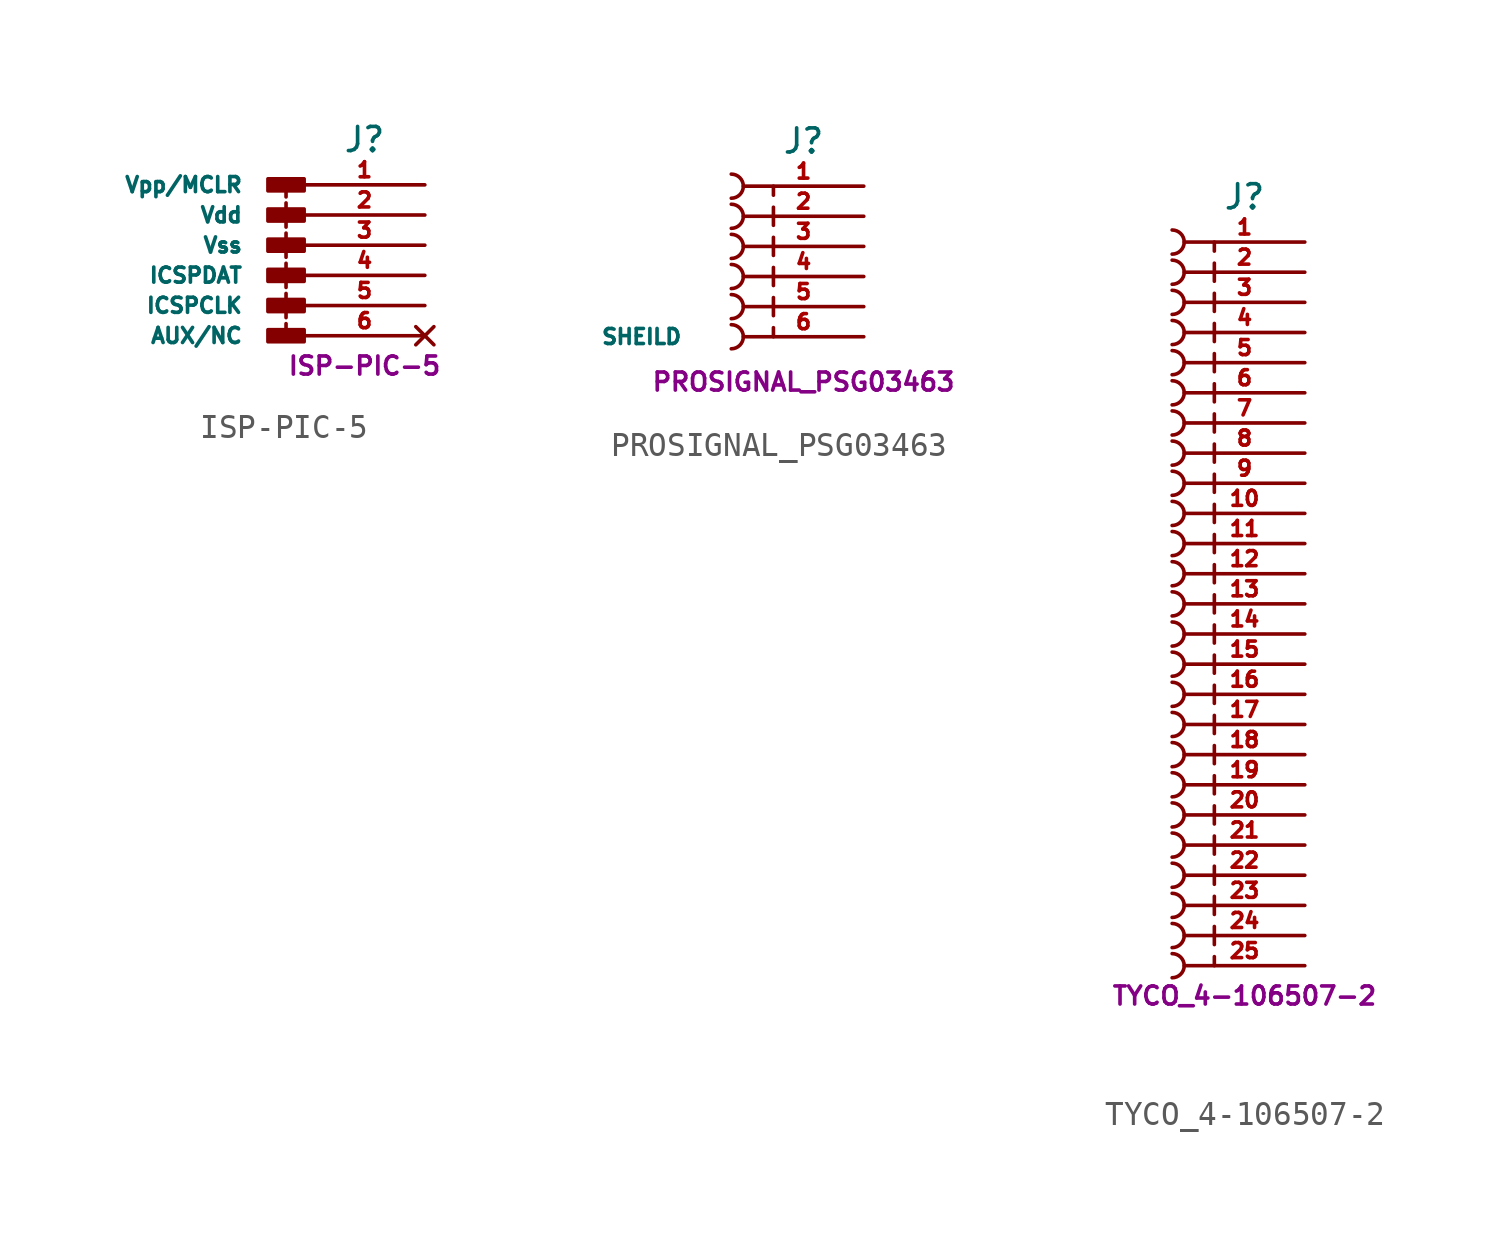
<source format=kicad_sym>
(kicad_symbol_lib
  (version 20211014)
  (generator kicad_symbol_editor)
  (symbol "ISP-PIC-5"
    (pin_names
      (offset 2.54))
    (property "Reference" "J"
      (at 0 4.445 0)
      (effects (font (size 1.016 1.016))))
    (property "Footprint" ""
      (at 0 -3.81 0)
      (effects (font (size 1.524 1.524))))
    (property "Datasheet" ""
      (at 0 -3.81 0)
      (effects (font (size 1.524 1.524))))
    (property "Unit" "ISP-PIC-5"
      (at 0 -5.08 0)
      (effects (font (size 0.762 0.762))))
    (symbol "ISP-PIC-5_0_1"
      (rectangle (start -2.54 -3.556) (end -4.064 -4.064) (stroke (width 0) (type default) (color 0 0 0 0)) (fill (type outline)))
      (rectangle (start -2.54 -2.286) (end -4.064 -2.794) (stroke (width 0) (type default) (color 0 0 0 0)) (fill (type outline)))
      (rectangle (start -2.54 -1.016) (end -4.064 -1.524) (stroke (width 0) (type default) (color 0 0 0 0)) (fill (type outline)))
      (rectangle (start -2.54 0.254) (end -4.064 -0.254) (stroke (width 0) (type default) (color 0 0 0 0)) (fill (type outline)))
      (rectangle (start -2.54 1.524) (end -4.064 1.016) (stroke (width 0) (type default) (color 0 0 0 0)) (fill (type outline)))
      (rectangle (start -2.54 2.794) (end -4.064 2.286) (stroke (width 0) (type default) (color 0 0 0 0)) (fill (type outline)))
      (polyline (pts (xy -3.302 -3.302) (xy -3.302 -3.81)) (stroke (width 0) (type default) (color 0 0 0 0)) (fill (type none)))
      (polyline (pts (xy -3.302 -2.032) (xy -3.302 -3.048)) (stroke (width 0) (type default) (color 0 0 0 0)) (fill (type none)))
      (polyline (pts (xy -3.302 -0.762) (xy -3.302 -1.778)) (stroke (width 0) (type default) (color 0 0 0 0)) (fill (type none)))
      (polyline (pts (xy -3.302 0.508) (xy -3.302 -0.508)) (stroke (width 0) (type default) (color 0 0 0 0)) (fill (type none)))
      (polyline (pts (xy -3.302 1.778) (xy -3.302 0.762)) (stroke (width 0) (type default) (color 0 0 0 0)) (fill (type none)))
      (polyline (pts (xy -3.302 2.54) (xy -3.302 2.032)) (stroke (width 0) (type default) (color 0 0 0 0)) (fill (type none))))
    (symbol "ISP-PIC-5_1_1"
      (pin passive line (at 2.54 2.54 180) (length 5.08) (name "Vpp/MCLR" (effects (font (size 0.635 0.635)))) (number "1" (effects (font (size 0.635 0.635)))))
      (pin passive line (at 2.54 1.27 180) (length 5.08) (name "Vdd" (effects (font (size 0.635 0.635)))) (number "2" (effects (font (size 0.635 0.635)))))
      (pin passive line (at 2.54 0 180) (length 5.08) (name "Vss" (effects (font (size 0.635 0.635)))) (number "3" (effects (font (size 0.635 0.635)))))
      (pin passive line (at 2.54 -1.27 180) (length 5.08) (name "ICSPDAT" (effects (font (size 0.635 0.635)))) (number "4" (effects (font (size 0.635 0.635)))))
      (pin passive line (at 2.54 -2.54 180) (length 5.08) (name "ICSPCLK" (effects (font (size 0.635 0.635)))) (number "5" (effects (font (size 0.635 0.635)))))
      (pin no_connect line (at 2.54 -3.81 180) (length 5.08) (name "AUX/NC" (effects (font (size 0.635 0.635)))) (number "6" (effects (font (size 0.635 0.635)))))))
  (symbol "PROSIGNAL_PSG03463"
    (pin_names
      (offset 2.54))
    (property "Reference" "J"
      (at 0 5.715 0)
      (effects (font (size 1.016 1.016))))
    (property "Footprint" ""
      (at 0 1.27 0)
      (effects (font (size 1.524 1.524))))
    (property "Datasheet" ""
      (at 0 1.27 0)
      (effects (font (size 1.524 1.524))))
    (property "Unit" "PROSIGNAL_PSG03463"
      (at 0 -4.445 0)
      (effects (font (size 0.762 0.762))))
    (symbol "PROSIGNAL_PSG03463_0_1"
      (arc (start -3.048 -3.048) (mid -2.54 -2.54) (end -3.048 -2.032) (stroke (width 0) (type default) (color 0 0 0 0)) (fill (type none)))
      (arc (start -3.048 -1.778) (mid -2.54 -1.27) (end -3.048 -0.762) (stroke (width 0) (type default) (color 0 0 0 0)) (fill (type none)))
      (arc (start -3.048 -0.508) (mid -2.54 0) (end -3.048 0.508) (stroke (width 0) (type default) (color 0 0 0 0)) (fill (type none)))
      (arc (start -3.048 0.762) (mid -2.54 1.27) (end -3.048 1.778) (stroke (width 0) (type default) (color 0 0 0 0)) (fill (type none)))
      (arc (start -3.048 2.032) (mid -2.54 2.54) (end -3.048 3.048) (stroke (width 0) (type default) (color 0 0 0 0)) (fill (type none)))
      (arc (start -3.048 3.302) (mid -2.54 3.81) (end -3.048 4.318) (stroke (width 0) (type default) (color 0 0 0 0)) (fill (type none)))
      (polyline (pts (xy -1.27 -2.54) (xy -1.27 -2.159)) (stroke (width 0) (type default) (color 0 0 0 0)) (fill (type none)))
      (polyline (pts (xy -1.27 -1.651) (xy -1.27 -0.889)) (stroke (width 0) (type default) (color 0 0 0 0)) (fill (type none)))
      (polyline (pts (xy -1.27 -0.381) (xy -1.27 0.381)) (stroke (width 0) (type default) (color 0 0 0 0)) (fill (type none)))
      (polyline (pts (xy -1.27 0.889) (xy -1.27 1.651)) (stroke (width 0) (type default) (color 0 0 0 0)) (fill (type none)))
      (polyline (pts (xy -1.27 2.159) (xy -1.27 2.921)) (stroke (width 0) (type default) (color 0 0 0 0)) (fill (type none)))
      (polyline (pts (xy -1.27 3.81) (xy -1.27 3.429)) (stroke (width 0) (type default) (color 0 0 0 0)) (fill (type none))))
    (symbol "PROSIGNAL_PSG03463_1_1"
      (pin passive line (at 2.54 3.81 180) (length 5.08) (name "~" (effects (font (size 0.635 0.635)))) (number "1" (effects (font (size 0.635 0.635)))))
      (pin passive line (at 2.54 2.54 180) (length 5.08) (name "~" (effects (font (size 0.635 0.635)))) (number "2" (effects (font (size 0.635 0.635)))))
      (pin passive line (at 2.54 1.27 180) (length 5.08) (name "~" (effects (font (size 0.635 0.635)))) (number "3" (effects (font (size 0.635 0.635)))))
      (pin passive line (at 2.54 0 180) (length 5.08) (name "~" (effects (font (size 0.635 0.635)))) (number "4" (effects (font (size 0.635 0.635)))))
      (pin passive line (at 2.54 -1.27 180) (length 5.08) (name "~" (effects (font (size 0.635 0.635)))) (number "5" (effects (font (size 0.635 0.635)))))
      (pin passive line (at 2.54 -2.54 180) (length 5.08) (name "SHEILD" (effects (font (size 0.635 0.635)))) (number "6" (effects (font (size 0.635 0.635)))))))
  (symbol "TYCO_4-106507-2"
    (pin_names
      (offset 2.54))
    (property "Reference" "J"
      (at 0 15.875 0)
      (effects (font (size 1.016 1.016))))
    (property "Footprint" ""
      (at 0 -5.08 0)
      (effects (font (size 1.524 1.524))))
    (property "Datasheet" ""
      (at 0 -5.08 0)
      (effects (font (size 1.524 1.524))))
    (property "Unit" "TYCO_4-106507-2"
      (at 0 -17.78 0)
      (effects (font (size 0.762 0.762))))
    (symbol "TYCO_4-106507-2_0_1"
      (arc (start -3.048 -17.018) (mid -2.54 -16.51) (end -3.048 -16.002) (stroke (width 0) (type default) (color 0 0 0 0)) (fill (type none)))
      (arc (start -3.048 -15.748) (mid -2.54 -15.24) (end -3.048 -14.732) (stroke (width 0) (type default) (color 0 0 0 0)) (fill (type none)))
      (arc (start -3.048 -14.478) (mid -2.54 -13.97) (end -3.048 -13.462) (stroke (width 0) (type default) (color 0 0 0 0)) (fill (type none)))
      (arc (start -3.048 -13.208) (mid -2.54 -12.7) (end -3.048 -12.192) (stroke (width 0) (type default) (color 0 0 0 0)) (fill (type none)))
      (arc (start -3.048 -11.938) (mid -2.54 -11.43) (end -3.048 -10.922) (stroke (width 0) (type default) (color 0 0 0 0)) (fill (type none)))
      (arc (start -3.048 -10.668) (mid -2.54 -10.16) (end -3.048 -9.652) (stroke (width 0) (type default) (color 0 0 0 0)) (fill (type none)))
      (arc (start -3.048 -9.398) (mid -2.54 -8.89) (end -3.048 -8.382) (stroke (width 0) (type default) (color 0 0 0 0)) (fill (type none)))
      (arc (start -3.048 -8.128) (mid -2.54 -7.62) (end -3.048 -7.112) (stroke (width 0) (type default) (color 0 0 0 0)) (fill (type none)))
      (arc (start -3.048 -6.858) (mid -2.54 -6.35) (end -3.048 -5.842) (stroke (width 0) (type default) (color 0 0 0 0)) (fill (type none)))
      (arc (start -3.048 -5.588) (mid -2.54 -5.08) (end -3.048 -4.572) (stroke (width 0) (type default) (color 0 0 0 0)) (fill (type none)))
      (arc (start -3.048 -4.318) (mid -2.54 -3.81) (end -3.048 -3.302) (stroke (width 0) (type default) (color 0 0 0 0)) (fill (type none)))
      (arc (start -3.048 -3.048) (mid -2.54 -2.54) (end -3.048 -2.032) (stroke (width 0) (type default) (color 0 0 0 0)) (fill (type none)))
      (arc (start -3.048 -1.778) (mid -2.54 -1.27) (end -3.048 -0.762) (stroke (width 0) (type default) (color 0 0 0 0)) (fill (type none)))
      (arc (start -3.048 -0.508) (mid -2.54 0) (end -3.048 0.508) (stroke (width 0) (type default) (color 0 0 0 0)) (fill (type none)))
      (arc (start -3.048 0.762) (mid -2.54 1.27) (end -3.048 1.778) (stroke (width 0) (type default) (color 0 0 0 0)) (fill (type none)))
      (arc (start -3.048 2.032) (mid -2.54 2.54) (end -3.048 3.048) (stroke (width 0) (type default) (color 0 0 0 0)) (fill (type none)))
      (arc (start -3.048 3.302) (mid -2.54 3.81) (end -3.048 4.318) (stroke (width 0) (type default) (color 0 0 0 0)) (fill (type none)))
      (arc (start -3.048 4.572) (mid -2.54 5.08) (end -3.048 5.588) (stroke (width 0) (type default) (color 0 0 0 0)) (fill (type none)))
      (arc (start -3.048 5.842) (mid -2.54 6.35) (end -3.048 6.858) (stroke (width 0) (type default) (color 0 0 0 0)) (fill (type none)))
      (arc (start -3.048 7.112) (mid -2.54 7.62) (end -3.048 8.128) (stroke (width 0) (type default) (color 0 0 0 0)) (fill (type none)))
      (arc (start -3.048 8.382) (mid -2.54 8.89) (end -3.048 9.398) (stroke (width 0) (type default) (color 0 0 0 0)) (fill (type none)))
      (arc (start -3.048 9.652) (mid -2.54 10.16) (end -3.048 10.668) (stroke (width 0) (type default) (color 0 0 0 0)) (fill (type none)))
      (arc (start -3.048 10.922) (mid -2.54 11.43) (end -3.048 11.938) (stroke (width 0) (type default) (color 0 0 0 0)) (fill (type none)))
      (arc (start -3.048 12.192) (mid -2.54 12.7) (end -3.048 13.208) (stroke (width 0) (type default) (color 0 0 0 0)) (fill (type none)))
      (arc (start -3.048 13.462) (mid -2.54 13.97) (end -3.048 14.478) (stroke (width 0) (type default) (color 0 0 0 0)) (fill (type none)))
      (polyline (pts (xy -1.27 -16.51) (xy -1.27 -16.129)) (stroke (width 0) (type default) (color 0 0 0 0)) (fill (type none)))
      (polyline (pts (xy -1.27 -15.621) (xy -1.27 -14.859)) (stroke (width 0) (type default) (color 0 0 0 0)) (fill (type none)))
      (polyline (pts (xy -1.27 -14.351) (xy -1.27 -13.589)) (stroke (width 0) (type default) (color 0 0 0 0)) (fill (type none)))
      (polyline (pts (xy -1.27 -13.081) (xy -1.27 -12.319)) (stroke (width 0) (type default) (color 0 0 0 0)) (fill (type none)))
      (polyline (pts (xy -1.27 -11.811) (xy -1.27 -11.049)) (stroke (width 0) (type default) (color 0 0 0 0)) (fill (type none)))
      (polyline (pts (xy -1.27 -10.541) (xy -1.27 -9.779)) (stroke (width 0) (type default) (color 0 0 0 0)) (fill (type none)))
      (polyline (pts (xy -1.27 -9.271) (xy -1.27 -8.509)) (stroke (width 0) (type default) (color 0 0 0 0)) (fill (type none)))
      (polyline (pts (xy -1.27 -8.001) (xy -1.27 -7.239)) (stroke (width 0) (type default) (color 0 0 0 0)) (fill (type none)))
      (polyline (pts (xy -1.27 -6.731) (xy -1.27 -5.969)) (stroke (width 0) (type default) (color 0 0 0 0)) (fill (type none)))
      (polyline (pts (xy -1.27 -5.461) (xy -1.27 -4.699)) (stroke (width 0) (type default) (color 0 0 0 0)) (fill (type none)))
      (polyline (pts (xy -1.27 -4.191) (xy -1.27 -3.429)) (stroke (width 0) (type default) (color 0 0 0 0)) (fill (type none)))
      (polyline (pts (xy -1.27 -2.921) (xy -1.27 -2.159)) (stroke (width 0) (type default) (color 0 0 0 0)) (fill (type none)))
      (polyline (pts (xy -1.27 -1.651) (xy -1.27 -0.889)) (stroke (width 0) (type default) (color 0 0 0 0)) (fill (type none)))
      (polyline (pts (xy -1.27 -0.381) (xy -1.27 0.381)) (stroke (width 0) (type default) (color 0 0 0 0)) (fill (type none)))
      (polyline (pts (xy -1.27 0.889) (xy -1.27 1.651)) (stroke (width 0) (type default) (color 0 0 0 0)) (fill (type none)))
      (polyline (pts (xy -1.27 2.159) (xy -1.27 2.921)) (stroke (width 0) (type default) (color 0 0 0 0)) (fill (type none)))
      (polyline (pts (xy -1.27 3.429) (xy -1.27 4.191)) (stroke (width 0) (type default) (color 0 0 0 0)) (fill (type none)))
      (polyline (pts (xy -1.27 4.699) (xy -1.27 5.461)) (stroke (width 0) (type default) (color 0 0 0 0)) (fill (type none)))
      (polyline (pts (xy -1.27 5.969) (xy -1.27 6.731)) (stroke (width 0) (type default) (color 0 0 0 0)) (fill (type none)))
      (polyline (pts (xy -1.27 7.239) (xy -1.27 8.001)) (stroke (width 0) (type default) (color 0 0 0 0)) (fill (type none)))
      (polyline (pts (xy -1.27 8.509) (xy -1.27 9.271)) (stroke (width 0) (type default) (color 0 0 0 0)) (fill (type none)))
      (polyline (pts (xy -1.27 9.779) (xy -1.27 10.541)) (stroke (width 0) (type default) (color 0 0 0 0)) (fill (type none)))
      (polyline (pts (xy -1.27 11.049) (xy -1.27 11.811)) (stroke (width 0) (type default) (color 0 0 0 0)) (fill (type none)))
      (polyline (pts (xy -1.27 12.319) (xy -1.27 13.081)) (stroke (width 0) (type default) (color 0 0 0 0)) (fill (type none)))
      (polyline (pts (xy -1.27 13.97) (xy -1.27 13.589)) (stroke (width 0) (type default) (color 0 0 0 0)) (fill (type none))))
    (symbol "TYCO_4-106507-2_1_1"
      (pin passive line (at 2.54 13.97 180) (length 5.08) (name "~" (effects (font (size 0.635 0.635)))) (number "1" (effects (font (size 0.635 0.635)))))
      (pin passive line (at 2.54 2.54 180) (length 5.08) (name "~" (effects (font (size 0.635 0.635)))) (number "10" (effects (font (size 0.635 0.635)))))
      (pin passive line (at 2.54 1.27 180) (length 5.08) (name "~" (effects (font (size 0.635 0.635)))) (number "11" (effects (font (size 0.635 0.635)))))
      (pin passive line (at 2.54 0 180) (length 5.08) (name "~" (effects (font (size 0.635 0.635)))) (number "12" (effects (font (size 0.635 0.635)))))
      (pin passive line (at 2.54 -1.27 180) (length 5.08) (name "~" (effects (font (size 0.635 0.635)))) (number "13" (effects (font (size 0.635 0.635)))))
      (pin passive line (at 2.54 -2.54 180) (length 5.08) (name "~" (effects (font (size 0.635 0.635)))) (number "14" (effects (font (size 0.635 0.635)))))
      (pin passive line (at 2.54 -3.81 180) (length 5.08) (name "~" (effects (font (size 0.635 0.635)))) (number "15" (effects (font (size 0.635 0.635)))))
      (pin passive line (at 2.54 -5.08 180) (length 5.08) (name "~" (effects (font (size 0.635 0.635)))) (number "16" (effects (font (size 0.635 0.635)))))
      (pin passive line (at 2.54 -6.35 180) (length 5.08) (name "~" (effects (font (size 0.635 0.635)))) (number "17" (effects (font (size 0.635 0.635)))))
      (pin passive line (at 2.54 -7.62 180) (length 5.08) (name "~" (effects (font (size 0.635 0.635)))) (number "18" (effects (font (size 0.635 0.635)))))
      (pin passive line (at 2.54 -8.89 180) (length 5.08) (name "~" (effects (font (size 0.635 0.635)))) (number "19" (effects (font (size 0.635 0.635)))))
      (pin passive line (at 2.54 12.7 180) (length 5.08) (name "~" (effects (font (size 0.635 0.635)))) (number "2" (effects (font (size 0.635 0.635)))))
      (pin passive line (at 2.54 -10.16 180) (length 5.08) (name "~" (effects (font (size 0.635 0.635)))) (number "20" (effects (font (size 0.635 0.635)))))
      (pin passive line (at 2.54 -11.43 180) (length 5.08) (name "~" (effects (font (size 0.635 0.635)))) (number "21" (effects (font (size 0.635 0.635)))))
      (pin passive line (at 2.54 -12.7 180) (length 5.08) (name "~" (effects (font (size 0.635 0.635)))) (number "22" (effects (font (size 0.635 0.635)))))
      (pin passive line (at 2.54 -13.97 180) (length 5.08) (name "~" (effects (font (size 0.635 0.635)))) (number "23" (effects (font (size 0.635 0.635)))))
      (pin passive line (at 2.54 -15.24 180) (length 5.08) (name "~" (effects (font (size 0.635 0.635)))) (number "24" (effects (font (size 0.635 0.635)))))
      (pin passive line (at 2.54 -16.51 180) (length 5.08) (name "~" (effects (font (size 0.635 0.635)))) (number "25" (effects (font (size 0.635 0.635)))))
      (pin passive line (at 2.54 11.43 180) (length 5.08) (name "~" (effects (font (size 0.635 0.635)))) (number "3" (effects (font (size 0.635 0.635)))))
      (pin passive line (at 2.54 10.16 180) (length 5.08) (name "~" (effects (font (size 0.635 0.635)))) (number "4" (effects (font (size 0.635 0.635)))))
      (pin passive line (at 2.54 8.89 180) (length 5.08) (name "~" (effects (font (size 0.635 0.635)))) (number "5" (effects (font (size 0.635 0.635)))))
      (pin passive line (at 2.54 7.62 180) (length 5.08) (name "~" (effects (font (size 0.635 0.635)))) (number "6" (effects (font (size 0.635 0.635)))))
      (pin passive line (at 2.54 6.35 180) (length 5.08) (name "~" (effects (font (size 0.635 0.635)))) (number "7" (effects (font (size 0.635 0.635)))))
      (pin passive line (at 2.54 5.08 180) (length 5.08) (name "~" (effects (font (size 0.635 0.635)))) (number "8" (effects (font (size 0.635 0.635)))))
      (pin passive line (at 2.54 3.81 180) (length 5.08) (name "~" (effects (font (size 0.635 0.635)))) (number "9" (effects (font (size 0.635 0.635))))))))
</source>
